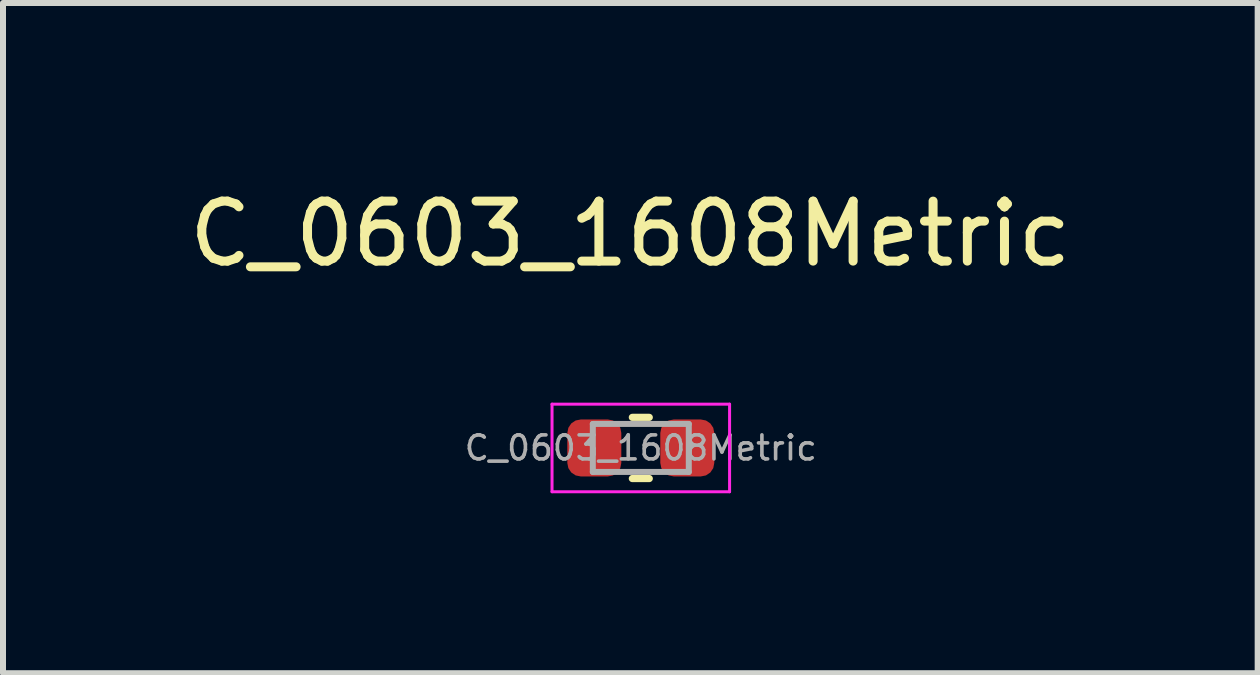
<source format=kicad_pcb>
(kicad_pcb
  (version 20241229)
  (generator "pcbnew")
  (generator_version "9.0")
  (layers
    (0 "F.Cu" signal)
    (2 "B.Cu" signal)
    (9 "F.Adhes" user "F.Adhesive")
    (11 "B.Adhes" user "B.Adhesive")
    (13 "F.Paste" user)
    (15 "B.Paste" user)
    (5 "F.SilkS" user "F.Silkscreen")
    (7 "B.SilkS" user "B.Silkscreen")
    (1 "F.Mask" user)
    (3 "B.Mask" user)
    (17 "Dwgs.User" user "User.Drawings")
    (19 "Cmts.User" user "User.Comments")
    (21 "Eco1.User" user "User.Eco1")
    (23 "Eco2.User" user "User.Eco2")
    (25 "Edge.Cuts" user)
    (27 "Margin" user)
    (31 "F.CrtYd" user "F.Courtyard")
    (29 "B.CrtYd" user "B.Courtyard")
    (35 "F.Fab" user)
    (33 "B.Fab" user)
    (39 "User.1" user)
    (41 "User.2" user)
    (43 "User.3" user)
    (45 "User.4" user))
  (footprint "C_0603_1608Metric"
    (layer "F.Cu")
    (at 7.633 4.418)
    (property "Reference" "C_0603_1608Metric" (at -0.175 -3.57 180) (layer "F.SilkS") (effects (font (size 1 1) (thickness 0.15))))
    (attr smd)
    (fp_line (start -0.141 -0.51) (end 0.141 -0.51) (stroke (width 0.12) (type solid)) (layer "F.SilkS"))
    (fp_line (start -0.141 0.51) (end 0.141 0.51) (stroke (width 0.12) (type solid)) (layer "F.SilkS"))
    (fp_line (start -1.48 -0.73) (end 1.48 -0.73) (stroke (width 0.05) (type solid)) (layer "F.CrtYd"))
    (fp_line (start -1.48 0.73) (end -1.48 -0.73) (stroke (width 0.05) (type solid)) (layer "F.CrtYd"))
    (fp_line (start 1.48 -0.73) (end 1.48 0.73) (stroke (width 0.05) (type solid)) (layer "F.CrtYd"))
    (fp_line (start 1.48 0.73) (end -1.48 0.73) (stroke (width 0.05) (type solid)) (layer "F.CrtYd"))
    (fp_line (start -0.8 -0.4) (end 0.8 -0.4) (stroke (width 0.1) (type solid)) (layer "F.Fab"))
    (fp_line (start -0.8 0.4) (end -0.8 -0.4) (stroke (width 0.1) (type solid)) (layer "F.Fab"))
    (fp_line (start 0.8 -0.4) (end 0.8 0.4) (stroke (width 0.1) (type solid)) (layer "F.Fab"))
    (fp_line (start 0.8 0.4) (end -0.8 0.4) (stroke (width 0.1) (type solid)) (layer "F.Fab"))
    (fp_text user "${REFERENCE}" (at 0 0 0) (layer "F.Fab") (effects (font (size 0.4 0.4) (thickness 0.06))))
    (pad "1" smd roundrect (at -0.775 0) (size 0.9 0.95) (layers "F.Cu" "F.Mask" "F.Paste") (roundrect_rratio 0.25))
    (pad "2" smd roundrect (at 0.775 0) (size 0.9 0.95) (layers "F.Cu" "F.Mask" "F.Paste") (roundrect_rratio 0.25)))
  (gr_rect
    (start -3 -3)
    (end 17.917 8.173)
    (stroke (width 0.1) (type default))
    (fill no)
    (layer "Edge.Cuts")))
</source>
